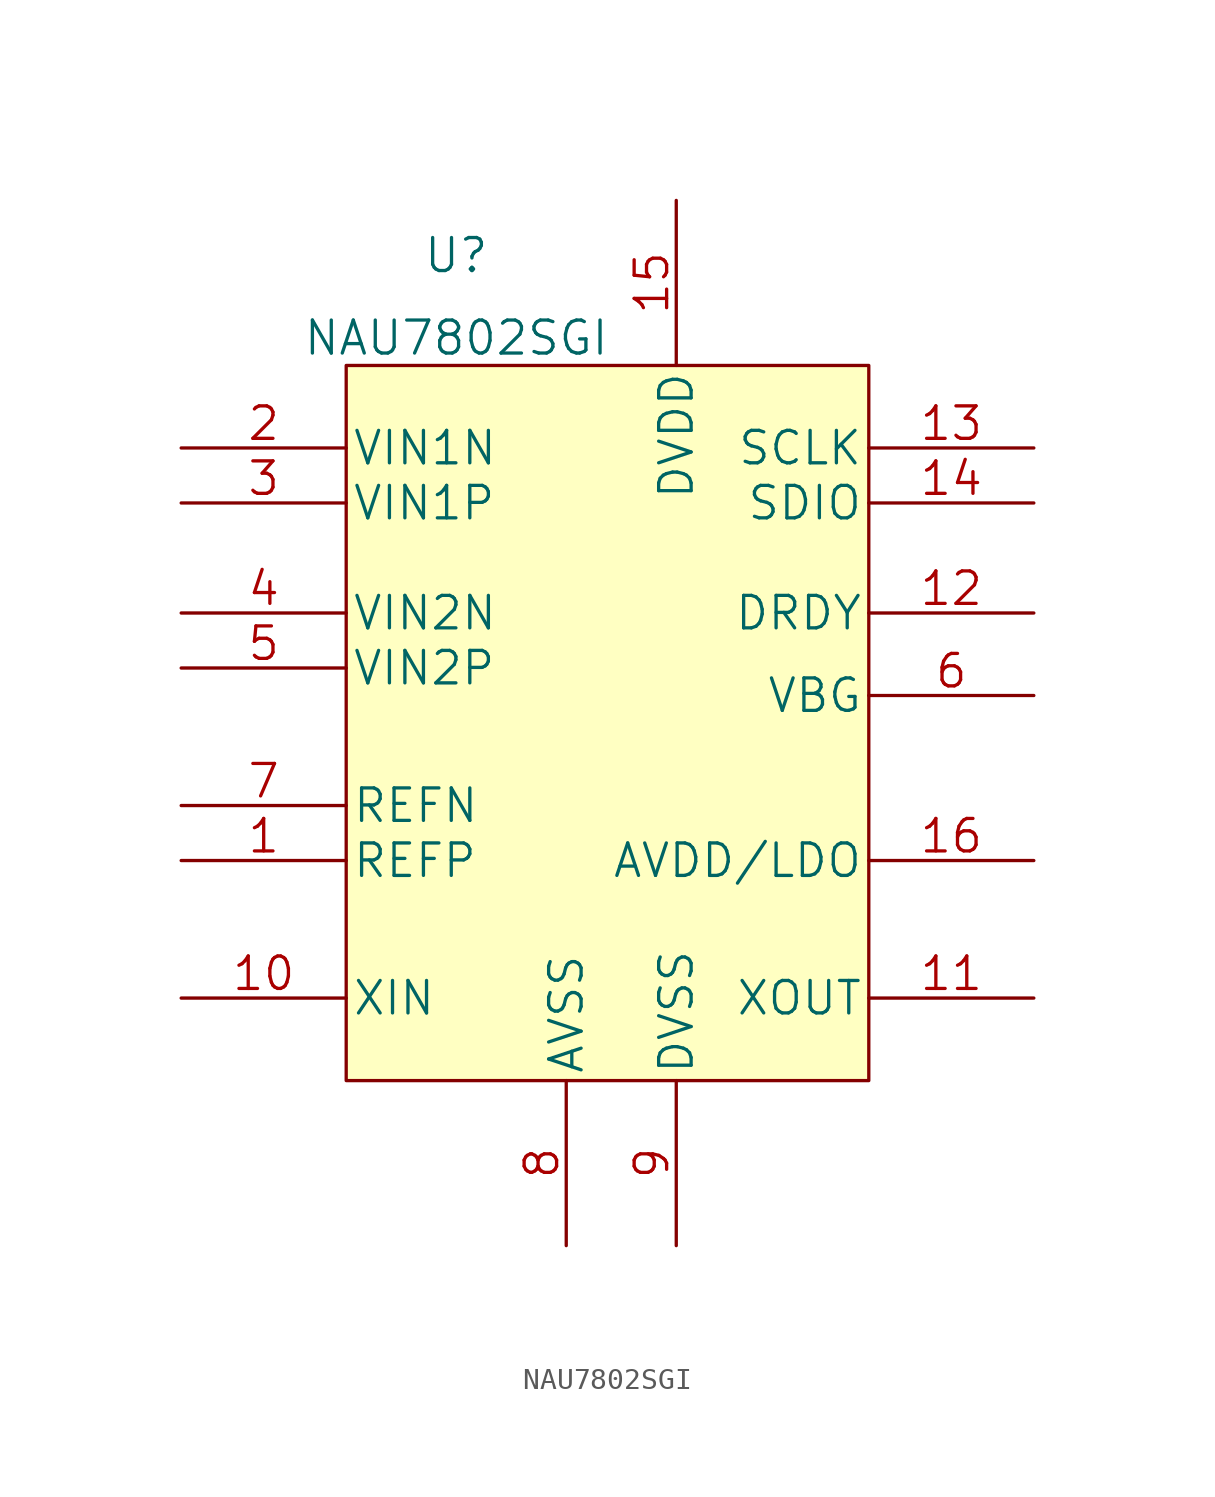
<source format=kicad_sym>
(kicad_symbol_lib
  (version 20220914)
  (generator kicad_symbol_editor)
  (symbol "NAU7802SGI"
    (pin_names
      (offset 0.254))
    (property "Reference" "U"
      (at -7.62 20.32 0)
      (effects (font (size 1.524 1.524))))
    (property "Value" "NAU7802SGI"
      (at -7.62 16.51 0)
      (effects (font (size 1.524 1.524))))
    (property "Datasheet" ""
      (at -20.32 11.43 0)
      (effects (font (size 1.524 1.524))))
    (symbol "NAU7802SGI_1_1"
      (rectangle (start -12.7 15.24) (end 11.43 -17.78) (stroke (width 0) (type default)) (fill (type background)))
      (pin input line (at -20.32 -7.62 0) (length 7.62) (name "REFP" (effects (font (size 1.499 1.499)))) (number "1" (effects (font (size 1.499 1.499)))))
      (pin input line (at -20.32 -13.97 0) (length 7.62) (name "XIN" (effects (font (size 1.499 1.499)))) (number "10" (effects (font (size 1.499 1.499)))))
      (pin output line (at 19.05 -13.97 180) (length 7.62) (name "XOUT" (effects (font (size 1.499 1.499)))) (number "11" (effects (font (size 1.499 1.499)))))
      (pin output line (at 19.05 3.81 180) (length 7.62) (name "DRDY" (effects (font (size 1.499 1.499)))) (number "12" (effects (font (size 1.499 1.499)))))
      (pin input line (at 19.05 11.43 180) (length 7.62) (name "SCLK" (effects (font (size 1.499 1.499)))) (number "13" (effects (font (size 1.499 1.499)))))
      (pin bidirectional line (at 19.05 8.89 180) (length 7.62) (name "SDIO" (effects (font (size 1.499 1.499)))) (number "14" (effects (font (size 1.499 1.499)))))
      (pin power_in line (at 2.54 22.86 270) (length 7.62) (name "DVDD" (effects (font (size 1.499 1.499)))) (number "15" (effects (font (size 1.499 1.499)))))
      (pin power_out line (at 19.05 -7.62 180) (length 7.62) (name "AVDD/LDO" (effects (font (size 1.499 1.499)))) (number "16" (effects (font (size 1.499 1.499)))))
      (pin input line (at -20.32 11.43 0) (length 7.62) (name "VIN1N" (effects (font (size 1.499 1.499)))) (number "2" (effects (font (size 1.499 1.499)))))
      (pin input line (at -20.32 8.89 0) (length 7.62) (name "VIN1P" (effects (font (size 1.499 1.499)))) (number "3" (effects (font (size 1.499 1.499)))))
      (pin input line (at -20.32 3.81 0) (length 7.62) (name "VIN2N" (effects (font (size 1.499 1.499)))) (number "4" (effects (font (size 1.499 1.499)))))
      (pin input line (at -20.32 1.27 0) (length 7.62) (name "VIN2P" (effects (font (size 1.499 1.499)))) (number "5" (effects (font (size 1.499 1.499)))))
      (pin output line (at 19.05 0 180) (length 7.62) (name "VBG" (effects (font (size 1.499 1.499)))) (number "6" (effects (font (size 1.499 1.499)))))
      (pin input line (at -20.32 -5.08 0) (length 7.62) (name "REFN" (effects (font (size 1.499 1.499)))) (number "7" (effects (font (size 1.499 1.499)))))
      (pin power_in line (at -2.54 -25.4 90) (length 7.62) (name "AVSS" (effects (font (size 1.499 1.499)))) (number "8" (effects (font (size 1.499 1.499)))))
      (pin power_in line (at 2.54 -25.4 90) (length 7.62) (name "DVSS" (effects (font (size 1.499 1.499)))) (number "9" (effects (font (size 1.499 1.499))))))))
</source>
